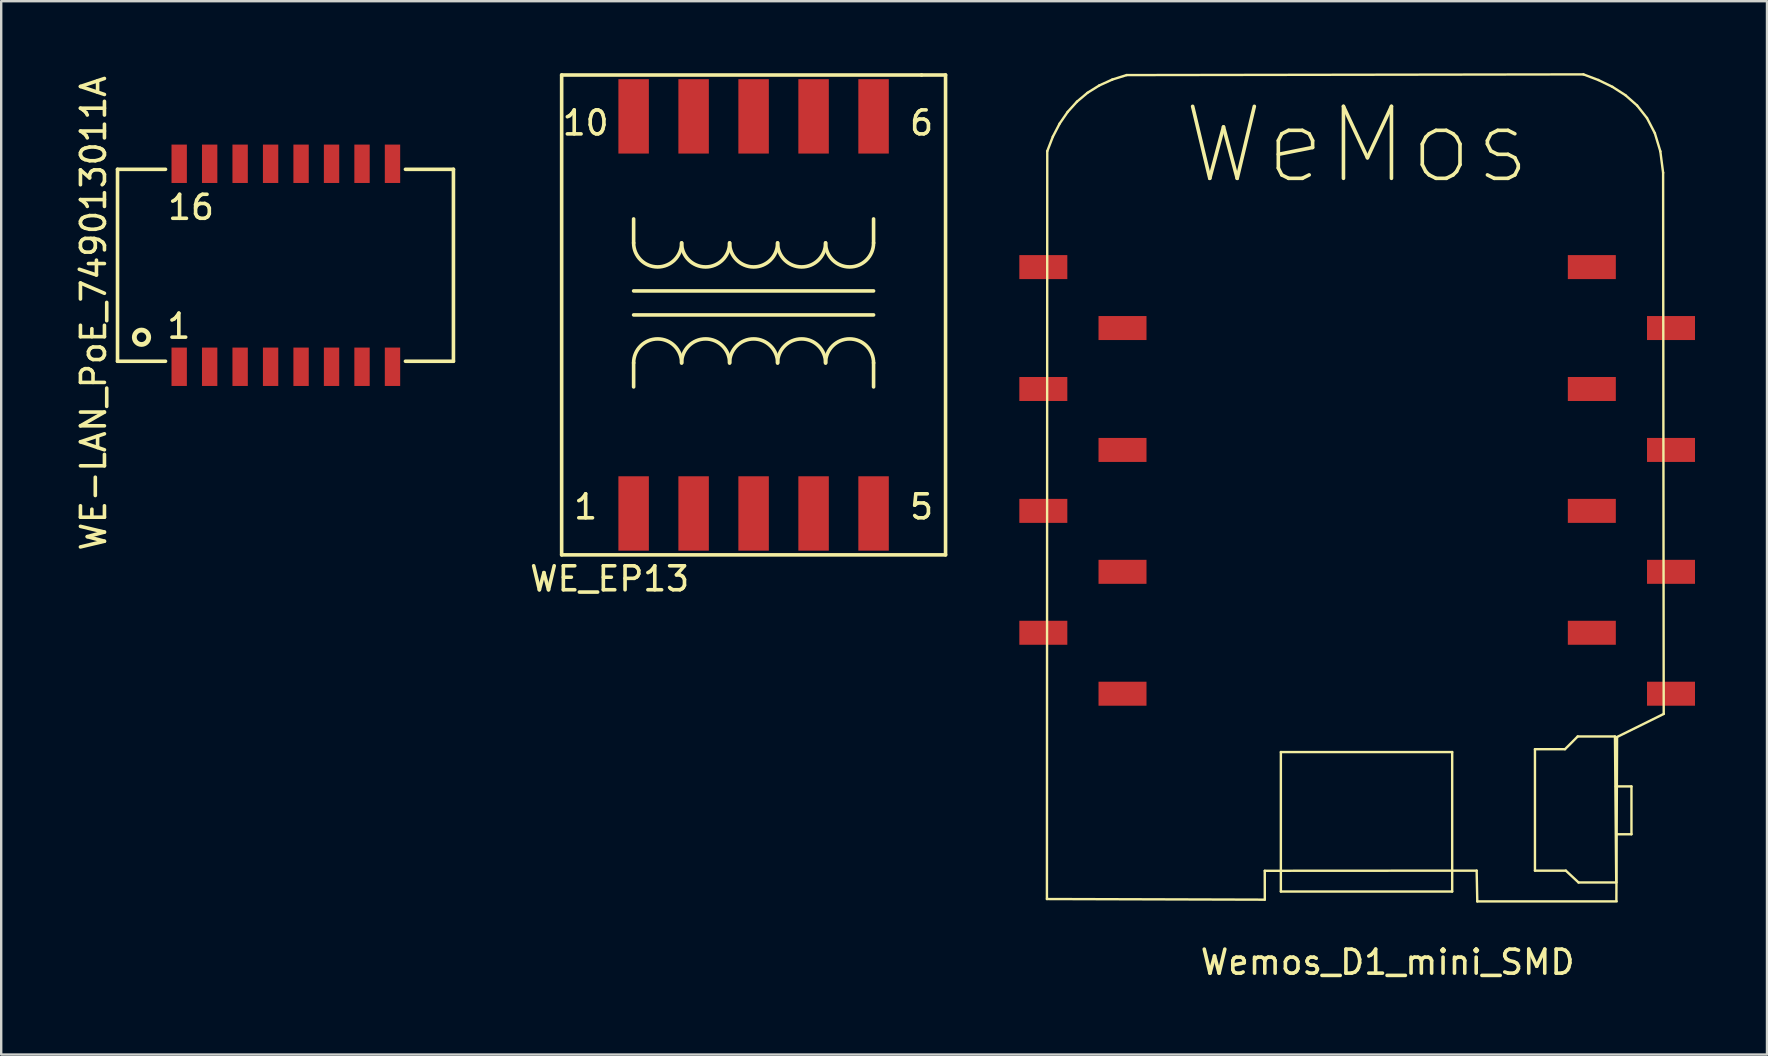
<source format=kicad_pcb>
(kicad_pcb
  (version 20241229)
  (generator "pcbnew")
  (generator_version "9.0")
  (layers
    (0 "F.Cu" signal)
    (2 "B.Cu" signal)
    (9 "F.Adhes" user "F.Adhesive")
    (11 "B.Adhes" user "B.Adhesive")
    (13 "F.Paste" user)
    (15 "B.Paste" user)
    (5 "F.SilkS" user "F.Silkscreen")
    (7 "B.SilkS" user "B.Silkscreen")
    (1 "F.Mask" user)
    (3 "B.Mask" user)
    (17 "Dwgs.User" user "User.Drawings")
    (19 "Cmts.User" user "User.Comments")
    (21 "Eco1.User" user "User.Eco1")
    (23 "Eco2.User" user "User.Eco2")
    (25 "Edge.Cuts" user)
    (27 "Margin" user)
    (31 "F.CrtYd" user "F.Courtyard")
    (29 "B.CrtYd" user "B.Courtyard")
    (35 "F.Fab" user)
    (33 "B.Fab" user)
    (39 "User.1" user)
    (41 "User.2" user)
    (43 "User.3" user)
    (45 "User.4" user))
  (footprint "Wemos_D1_mini_SMD"
    (layer "F.Cu")
    (at 53.513 18.242)
    (property "Reference" "Wemos_D1_mini_SMD" (at 1.27 18.81 0) (layer "F.SilkS") (effects (font (size 1 1) (thickness 0.15))))
    (attr through_hole)
    (fp_line (start -12.93 16.177) (end -12.916 -14.993) (stroke (width 0.1) (type solid)) (layer "F.SilkS"))
    (fp_line (start -12.916 -14.993) (end -12.683 -15.596) (stroke (width 0.1) (type solid)) (layer "F.SilkS"))
    (fp_line (start -12.683 -15.596) (end -12.4 -16.141) (stroke (width 0.1) (type solid)) (layer "F.SilkS"))
    (fp_line (start -12.4 -16.141) (end -12.065 -16.628) (stroke (width 0.1) (type solid)) (layer "F.SilkS"))
    (fp_line (start -12.065 -16.628) (end -11.679 -17.055) (stroke (width 0.1) (type solid)) (layer "F.SilkS"))
    (fp_line (start -11.679 -17.055) (end -11.241 -17.423) (stroke (width 0.1) (type solid)) (layer "F.SilkS"))
    (fp_line (start -11.241 -17.423) (end -10.749 -17.73) (stroke (width 0.1) (type solid)) (layer "F.SilkS"))
    (fp_line (start -10.749 -17.73) (end -10.205 -17.977) (stroke (width 0.1) (type solid)) (layer "F.SilkS"))
    (fp_line (start -10.205 -17.977) (end -9.607 -18.163) (stroke (width 0.1) (type solid)) (layer "F.SilkS"))
    (fp_line (start -9.607 -18.163) (end 9.43 -18.192) (stroke (width 0.1) (type solid)) (layer "F.SilkS"))
    (fp_line (start -3.851 15) (end -3.849 16.203) (stroke (width 0.1) (type solid)) (layer "F.SilkS"))
    (fp_line (start -3.849 16.203) (end -12.93 16.177) (stroke (width 0.1) (type solid)) (layer "F.SilkS"))
    (fp_line (start -3.18 10.051) (end 3.96 10.051) (stroke (width 0.1) (type solid)) (layer "F.SilkS"))
    (fp_line (start -3.18 15.865) (end -3.18 10.051) (stroke (width 0.1) (type solid)) (layer "F.SilkS"))
    (fp_line (start 3.96 10.051) (end 3.96 15.865) (stroke (width 0.1) (type solid)) (layer "F.SilkS"))
    (fp_line (start 3.96 15.865) (end -3.18 15.865) (stroke (width 0.1) (type solid)) (layer "F.SilkS"))
    (fp_line (start 4.98 14.994) (end -3.851 15) (stroke (width 0.1) (type solid)) (layer "F.SilkS"))
    (fp_line (start 5.006 16.277) (end 4.98 14.994) (stroke (width 0.1) (type solid)) (layer "F.SilkS"))
    (fp_line (start 7.41 9.932) (end 7.41 14.994) (stroke (width 0.1) (type solid)) (layer "F.SilkS"))
    (fp_line (start 7.41 14.994) (end 8.697 14.994) (stroke (width 0.1) (type solid)) (layer "F.SilkS"))
    (fp_line (start 8.662 9.932) (end 7.41 9.932) (stroke (width 0.1) (type solid)) (layer "F.SilkS"))
    (fp_line (start 8.697 14.994) (end 9.227 15.488) (stroke (width 0.1) (type solid)) (layer "F.SilkS"))
    (fp_line (start 9.191 9.402) (end 8.662 9.932) (stroke (width 0.1) (type solid)) (layer "F.SilkS"))
    (fp_line (start 9.227 15.488) (end 10.797 15.488) (stroke (width 0.1) (type solid)) (layer "F.SilkS"))
    (fp_line (start 9.43 -18.192) (end 10.05 -17.958) (stroke (width 0.1) (type solid)) (layer "F.SilkS"))
    (fp_line (start 10.05 -17.958) (end 10.638 -17.673) (stroke (width 0.1) (type solid)) (layer "F.SilkS"))
    (fp_line (start 10.638 -17.673) (end 11.181 -17.324) (stroke (width 0.1) (type solid)) (layer "F.SilkS"))
    (fp_line (start 10.744 9.402) (end 9.191 9.402) (stroke (width 0.1) (type solid)) (layer "F.SilkS"))
    (fp_line (start 10.779 11.484) (end 11.432 11.484) (stroke (width 0.1) (type solid)) (layer "F.SilkS"))
    (fp_line (start 10.797 15.488) (end 10.744 9.402) (stroke (width 0.1) (type solid)) (layer "F.SilkS"))
    (fp_line (start 10.817 16.277) (end 5.006 16.277) (stroke (width 0.1) (type solid)) (layer "F.SilkS"))
    (fp_line (start 10.832 9.424) (end 10.803 16.233) (stroke (width 0.1) (type solid)) (layer "F.SilkS"))
    (fp_line (start 11.181 -17.324) (end 11.667 -16.895) (stroke (width 0.1) (type solid)) (layer "F.SilkS"))
    (fp_line (start 11.432 11.484) (end 11.432 13.477) (stroke (width 0.1) (type solid)) (layer "F.SilkS"))
    (fp_line (start 11.432 13.477) (end 10.814 13.477) (stroke (width 0.1) (type solid)) (layer "F.SilkS"))
    (fp_line (start 11.667 -16.895) (end 12.08 -16.371) (stroke (width 0.1) (type solid)) (layer "F.SilkS"))
    (fp_line (start 12.08 -16.371) (end 12.407 -15.74) (stroke (width 0.1) (type solid)) (layer "F.SilkS"))
    (fp_line (start 12.407 -15.74) (end 12.635 -14.985) (stroke (width 0.1) (type solid)) (layer "F.SilkS"))
    (fp_line (start 12.635 -14.985) (end 12.751 -14.092) (stroke (width 0.1) (type solid)) (layer "F.SilkS"))
    (fp_line (start 12.751 -14.092) (end 12.776 8.463) (stroke (width 0.1) (type solid)) (layer "F.SilkS"))
    (fp_line (start 12.776 8.463) (end 10.832 9.424) (stroke (width 0.1) (type solid)) (layer "F.SilkS"))
    (fp_text user "WeMos" (at 0 -15.24 0) (layer "F.SilkS") (effects (font (size 3 3) (thickness 0.15))))
    (pad "1" smd rect (at -9.78 7.62) (size 2 1) (layers "F.Cu" "F.Mask" "F.Paste"))
    (pad "2" smd rect (at -13.08 5.08) (size 2 1) (layers "F.Cu" "F.Mask" "F.Paste"))
    (pad "3" smd rect (at -9.78 2.54) (size 2 1) (layers "F.Cu" "F.Mask" "F.Paste"))
    (pad "4" smd rect (at -13.08 0) (size 2 1) (layers "F.Cu" "F.Mask" "F.Paste"))
    (pad "5" smd rect (at -9.78 -2.54) (size 2 1) (layers "F.Cu" "F.Mask" "F.Paste"))
    (pad "6" smd rect (at -13.08 -5.08) (size 2 1) (layers "F.Cu" "F.Mask" "F.Paste"))
    (pad "7" smd rect (at -9.78 -7.62) (size 2 1) (layers "F.Cu" "F.Mask" "F.Paste"))
    (pad "8" smd rect (at -13.08 -10.16) (size 2 1) (layers "F.Cu" "F.Mask" "F.Paste"))
    (pad "9" smd rect (at 9.78 -10.16) (size 2 1) (layers "F.Cu" "F.Mask" "F.Paste"))
    (pad "10" smd rect (at 13.08 -7.62) (size 2 1) (layers "F.Cu" "F.Mask" "F.Paste"))
    (pad "11" smd rect (at 9.78 -5.08) (size 2 1) (layers "F.Cu" "F.Mask" "F.Paste"))
    (pad "12" smd rect (at 13.08 -2.54) (size 2 1) (layers "F.Cu" "F.Mask" "F.Paste"))
    (pad "13" smd rect (at 9.78 0) (size 2 1) (layers "F.Cu" "F.Mask" "F.Paste"))
    (pad "14" smd rect (at 13.08 2.54) (size 2 1) (layers "F.Cu" "F.Mask" "F.Paste"))
    (pad "15" smd rect (at 9.78 5.08) (size 2 1) (layers "F.Cu" "F.Mask" "F.Paste"))
    (pad "16" smd rect (at 13.08 7.62) (size 2 1) (layers "F.Cu" "F.Mask" "F.Paste")))
  (footprint "WE_EP13"
    (layer "F.Cu")
    (at 28.358 10.075)
    (property "Reference" "WE_EP13" (at -6 11 0) (layer "F.SilkS") (effects (font (size 1 1) (thickness 0.15))))
    (attr through_hole)
    (fp_line (start -8 -10) (end 7 -10) (stroke (width 0.15) (type solid)) (layer "F.SilkS"))
    (fp_line (start -8 10) (end -8 -10) (stroke (width 0.15) (type solid)) (layer "F.SilkS"))
    (fp_line (start -5 -3) (end -5 -4) (stroke (width 0.15) (type solid)) (layer "F.SilkS"))
    (fp_line (start -5 -1) (end 5 -1) (stroke (width 0.15) (type solid)) (layer "F.SilkS"))
    (fp_line (start -5 0) (end 5 0) (stroke (width 0.15) (type solid)) (layer "F.SilkS"))
    (fp_line (start -5 2) (end -5 3) (stroke (width 0.15) (type solid)) (layer "F.SilkS"))
    (fp_line (start 5 -3) (end 5 -4) (stroke (width 0.15) (type solid)) (layer "F.SilkS"))
    (fp_line (start 5 2) (end 5 3) (stroke (width 0.15) (type solid)) (layer "F.SilkS"))
    (fp_line (start 7 -10) (end 8 -10) (stroke (width 0.15) (type solid)) (layer "F.SilkS"))
    (fp_line (start 8 -10) (end 8 10) (stroke (width 0.15) (type solid)) (layer "F.SilkS"))
    (fp_line (start 8 10) (end -8 10) (stroke (width 0.15) (type solid)) (layer "F.SilkS"))
    (fp_arc (start -5 2) (mid -4 1) (end -3 2) (stroke (width 0.15) (type solid)) (layer "F.SilkS"))
    (fp_arc (start -3 -3) (mid -4 -2) (end -5 -3) (stroke (width 0.15) (type solid)) (layer "F.SilkS"))
    (fp_arc (start -3 2) (mid -2 1) (end -1 2) (stroke (width 0.15) (type solid)) (layer "F.SilkS"))
    (fp_arc (start -1 -3) (mid -2 -2) (end -3 -3) (stroke (width 0.15) (type solid)) (layer "F.SilkS"))
    (fp_arc (start -1 2) (mid 0 1) (end 1 2) (stroke (width 0.15) (type solid)) (layer "F.SilkS"))
    (fp_arc (start 1 -3) (mid 0 -2) (end -1 -3) (stroke (width 0.15) (type solid)) (layer "F.SilkS"))
    (fp_arc (start 1 2) (mid 2 1) (end 3 2) (stroke (width 0.15) (type solid)) (layer "F.SilkS"))
    (fp_arc (start 3 -3) (mid 2 -2) (end 1 -3) (stroke (width 0.15) (type solid)) (layer "F.SilkS"))
    (fp_arc (start 3 2) (mid 4 1) (end 5 2) (stroke (width 0.15) (type solid)) (layer "F.SilkS"))
    (fp_arc (start 5 -3) (mid 4 -2) (end 3 -3) (stroke (width 0.15) (type solid)) (layer "F.SilkS"))
    (fp_text user "5" (at 7 8 0) (layer "F.SilkS") (effects (font (size 1 1) (thickness 0.15))))
    (fp_text user "1" (at -7 8 0) (layer "F.SilkS") (effects (font (size 1 1) (thickness 0.15))))
    (fp_text user "10" (at -7 -8 0) (layer "F.SilkS") (effects (font (size 1 1) (thickness 0.15))))
    (fp_text user "6" (at 7 -8 0) (layer "F.SilkS") (effects (font (size 1 1) (thickness 0.15))))
    (pad "1" smd rect (at -5 8.275) (size 1.27 3.1) (layers "F.Cu" "F.Mask" "F.Paste"))
    (pad "2" smd rect (at -2.5 8.275) (size 1.27 3.1) (layers "F.Cu" "F.Mask" "F.Paste"))
    (pad "3" smd rect (at 0 8.275) (size 1.27 3.1) (layers "F.Cu" "F.Mask" "F.Paste"))
    (pad "4" smd rect (at 2.5 8.275) (size 1.27 3.1) (layers "F.Cu" "F.Mask" "F.Paste"))
    (pad "5" smd rect (at 5 8.275) (size 1.27 3.1) (layers "F.Cu" "F.Mask" "F.Paste"))
    (pad "6" smd rect (at 5 -8.275) (size 1.27 3.1) (layers "F.Cu" "F.Mask" "F.Paste"))
    (pad "7" smd rect (at 2.5 -8.275) (size 1.27 3.1) (layers "F.Cu" "F.Mask" "F.Paste"))
    (pad "8" smd rect (at 0 -8.275) (size 1.27 3.1) (layers "F.Cu" "F.Mask" "F.Paste"))
    (pad "9" smd rect (at -2.5 -8.275) (size 1.27 3.1) (layers "F.Cu" "F.Mask" "F.Paste"))
    (pad "10" smd rect (at -5 -8.275) (size 1.27 3.1) (layers "F.Cu" "F.Mask" "F.Paste")))
  (footprint "WE-LAN_PoE_749013011A"
    (layer "F.Cu")
    (at 8.848 8.006)
    (property "Reference" "WE-LAN_PoE_749013011A" (at -8 2 90) (layer "F.SilkS") (effects (font (size 1 1) (thickness 0.15))))
    (attr through_hole)
    (fp_line (start -7 -4) (end -7 4) (stroke (width 0.15) (type solid)) (layer "F.SilkS"))
    (fp_line (start -7 -4) (end -5 -4) (stroke (width 0.15) (type solid)) (layer "F.SilkS"))
    (fp_line (start -7 4) (end -5 4) (stroke (width 0.15) (type solid)) (layer "F.SilkS"))
    (fp_line (start 7 -4) (end 5 -4) (stroke (width 0.15) (type solid)) (layer "F.SilkS"))
    (fp_line (start 7 -4) (end 7 4) (stroke (width 0.15) (type solid)) (layer "F.SilkS"))
    (fp_line (start 7 4) (end 5 4) (stroke (width 0.15) (type solid)) (layer "F.SilkS"))
    (fp_circle (center -6 3) (end -5.7 3) (stroke (width 0.2) (type solid)) (fill no) (layer "F.SilkS"))
    (fp_text user "16" (at -3.937 -2.413 0) (layer "F.SilkS") (effects (font (size 1 1) (thickness 0.15))))
    (fp_text user "1" (at -4.445 2.54 0) (layer "F.SilkS") (effects (font (size 1 1) (thickness 0.15))))
    (pad "1" smd rect (at -4.43 4.23) (size 0.64 1.6) (layers "F.Cu" "F.Mask" "F.Paste"))
    (pad "2" smd rect (at -3.16 4.23) (size 0.64 1.6) (layers "F.Cu" "F.Mask" "F.Paste"))
    (pad "3" smd rect (at -1.89 4.23) (size 0.64 1.6) (layers "F.Cu" "F.Mask" "F.Paste"))
    (pad "4" smd rect (at -0.62 4.23) (size 0.64 1.6) (layers "F.Cu" "F.Mask" "F.Paste"))
    (pad "5" smd rect (at 0.65 4.23) (size 0.64 1.6) (layers "F.Cu" "F.Mask" "F.Paste"))
    (pad "6" smd rect (at 1.92 4.23) (size 0.64 1.6) (layers "F.Cu" "F.Mask" "F.Paste"))
    (pad "7" smd rect (at 3.19 4.23) (size 0.64 1.6) (layers "F.Cu" "F.Mask" "F.Paste"))
    (pad "8" smd rect (at 4.46 4.23) (size 0.64 1.6) (layers "F.Cu" "F.Mask" "F.Paste"))
    (pad "9" smd rect (at 4.46 -4.23) (size 0.64 1.6) (layers "F.Cu" "F.Mask" "F.Paste"))
    (pad "10" smd rect (at 3.19 -4.23) (size 0.64 1.6) (layers "F.Cu" "F.Mask" "F.Paste"))
    (pad "11" smd rect (at 1.92 -4.23) (size 0.64 1.6) (layers "F.Cu" "F.Mask" "F.Paste"))
    (pad "12" smd rect (at 0.65 -4.23) (size 0.64 1.6) (layers "F.Cu" "F.Mask" "F.Paste"))
    (pad "13" smd rect (at -0.62 -4.23) (size 0.64 1.6) (layers "F.Cu" "F.Mask" "F.Paste"))
    (pad "14" smd rect (at -1.89 -4.23) (size 0.64 1.6) (layers "F.Cu" "F.Mask" "F.Paste"))
    (pad "15" smd rect (at -3.16 -4.23) (size 0.64 1.6) (layers "F.Cu" "F.Mask" "F.Paste"))
    (pad "16" smd rect (at -4.43 -4.23) (size 0.64 1.6) (layers "F.Cu" "F.Mask" "F.Paste")))
  (gr_rect
    (start -3 -3)
    (end 70.593 40.9)
    (stroke (width 0.1) (type default))
    (fill no)
    (layer "Edge.Cuts")))
</source>
